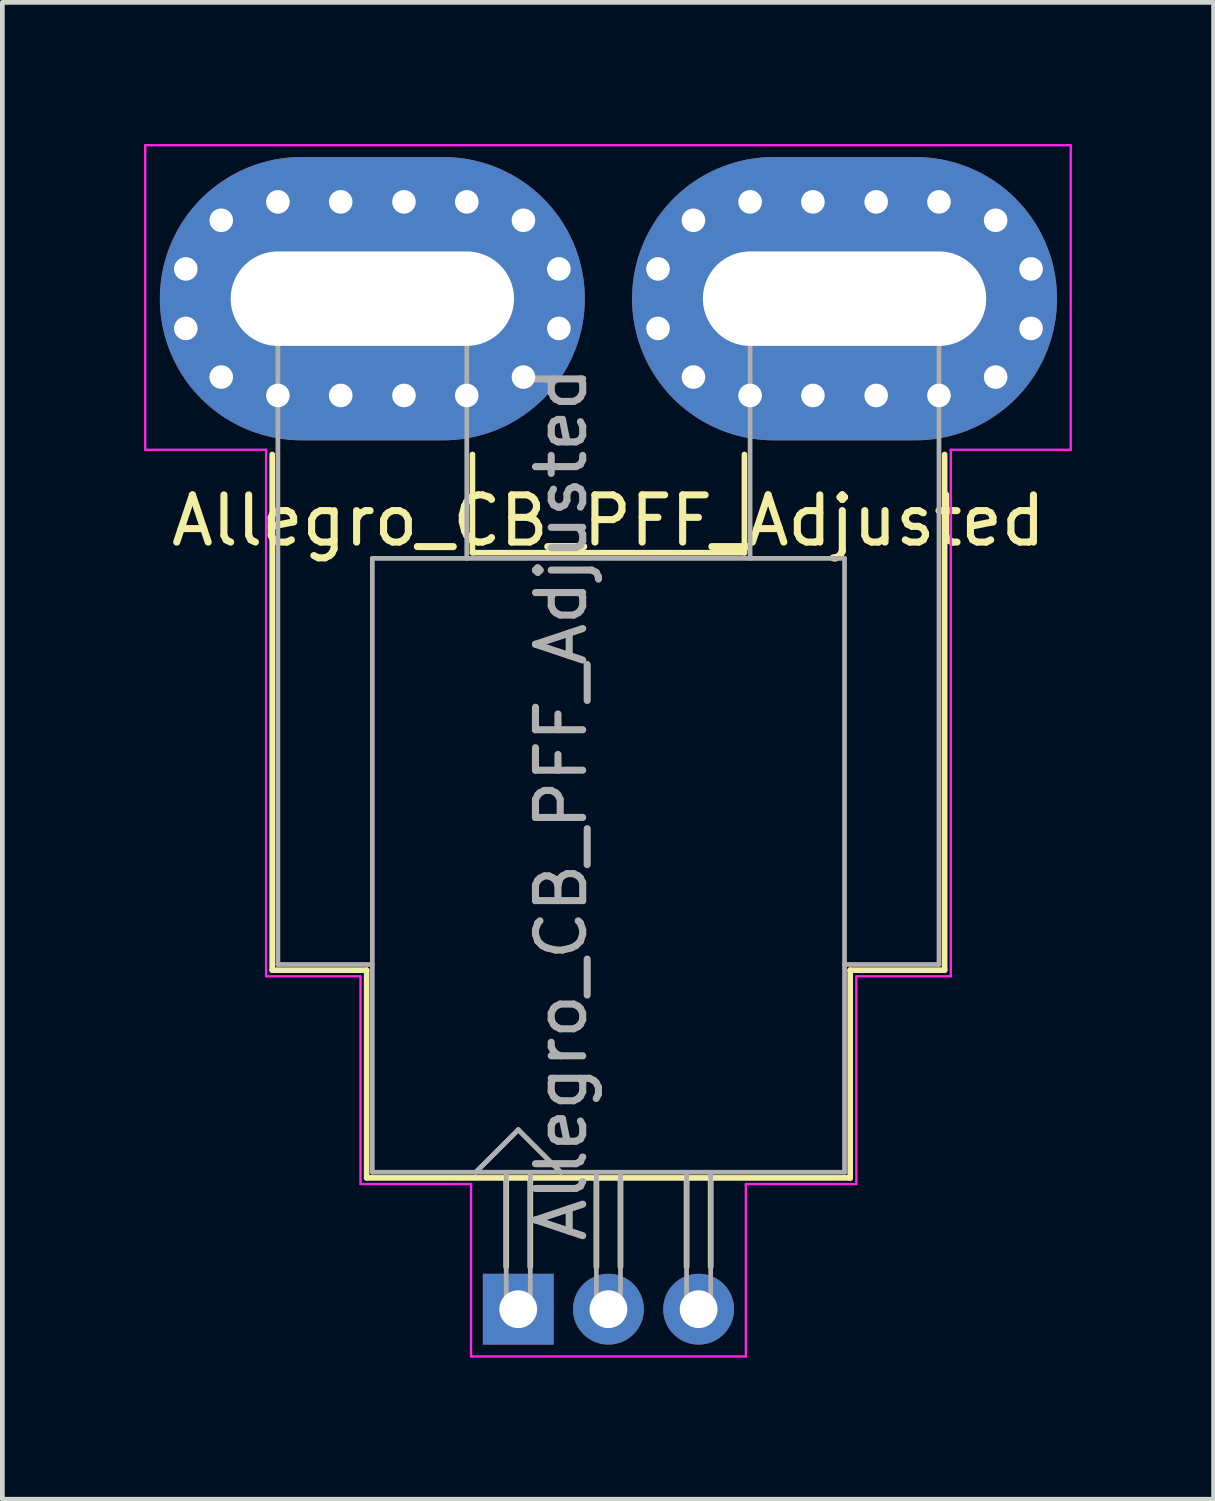
<source format=kicad_pcb>
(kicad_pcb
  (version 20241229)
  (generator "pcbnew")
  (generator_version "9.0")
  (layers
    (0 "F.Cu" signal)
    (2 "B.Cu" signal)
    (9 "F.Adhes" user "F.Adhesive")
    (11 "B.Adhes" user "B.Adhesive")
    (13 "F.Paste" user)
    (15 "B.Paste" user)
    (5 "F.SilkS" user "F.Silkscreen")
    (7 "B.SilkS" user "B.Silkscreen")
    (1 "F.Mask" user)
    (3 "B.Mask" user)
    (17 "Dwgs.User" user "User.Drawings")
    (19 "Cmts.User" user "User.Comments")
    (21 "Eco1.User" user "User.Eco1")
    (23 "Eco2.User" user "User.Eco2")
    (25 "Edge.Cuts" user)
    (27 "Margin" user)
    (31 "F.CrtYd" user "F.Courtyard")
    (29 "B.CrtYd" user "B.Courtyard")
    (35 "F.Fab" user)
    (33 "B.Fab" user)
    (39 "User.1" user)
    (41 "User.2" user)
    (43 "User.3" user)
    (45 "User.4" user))
  (footprint "Allegro_CB_PFF_Adjusted"
    (layer "F.Cu")
    (at 7.925 24.675)
    (property "Reference" "Allegro_CB_PFF_Adjusted" (at 1.91 -16.7 0) (layer "F.SilkS") (effects (font (size 1 1) (thickness 0.15))))
    (attr through_hole)
    (fp_line (start -5.21 -7.18) (end -5.21 -18.1) (stroke (width 0.12) (type solid)) (layer "F.SilkS"))
    (fp_line (start -3.21 -7.18) (end -5.21 -7.18) (stroke (width 0.12) (type solid)) (layer "F.SilkS"))
    (fp_line (start -3.21 -2.78) (end -3.21 -7.18) (stroke (width 0.12) (type solid)) (layer "F.SilkS"))
    (fp_line (start -0.97 -16.02) (end -0.97 -18.1) (stroke (width 0.12) (type solid)) (layer "F.SilkS"))
    (fp_line (start -0.97 -16.02) (end 4.79 -16.02) (stroke (width 0.12) (type solid)) (layer "F.SilkS"))
    (fp_line (start -0.255 -2.78) (end -0.255 -0.9) (stroke (width 0.12) (type solid)) (layer "F.SilkS"))
    (fp_line (start 0.255 -2.78) (end 0.255 -0.9) (stroke (width 0.12) (type solid)) (layer "F.SilkS"))
    (fp_line (start 1.655 -2.78) (end 1.655 -0.9) (stroke (width 0.12) (type solid)) (layer "F.SilkS"))
    (fp_line (start 2.165 -2.78) (end 2.165 -0.9) (stroke (width 0.12) (type solid)) (layer "F.SilkS"))
    (fp_line (start 3.565 -2.78) (end 3.565 -0.9) (stroke (width 0.12) (type solid)) (layer "F.SilkS"))
    (fp_line (start 4.075 -2.78) (end 4.075 -0.9) (stroke (width 0.12) (type solid)) (layer "F.SilkS"))
    (fp_line (start 4.79 -16.02) (end 4.79 -18.1) (stroke (width 0.12) (type solid)) (layer "F.SilkS"))
    (fp_line (start 7.03 -7.18) (end 9.03 -7.18) (stroke (width 0.12) (type solid)) (layer "F.SilkS"))
    (fp_line (start 7.03 -2.78) (end -3.21 -2.78) (stroke (width 0.12) (type solid)) (layer "F.SilkS"))
    (fp_line (start 7.03 -2.78) (end 7.03 -7.18) (stroke (width 0.12) (type solid)) (layer "F.SilkS"))
    (fp_line (start 9.03 -7.18) (end 9.03 -18.1) (stroke (width 0.12) (type solid)) (layer "F.SilkS"))
    (fp_line (start -7.9 -24.65) (end 11.7 -24.65) (stroke (width 0.05) (type solid)) (layer "F.CrtYd"))
    (fp_line (start -7.9 -18.2) (end -7.9 -24.65) (stroke (width 0.05) (type solid)) (layer "F.CrtYd"))
    (fp_line (start -7.9 -18.2) (end -5.34 -18.2) (stroke (width 0.05) (type solid)) (layer "F.CrtYd"))
    (fp_line (start -5.34 -7.05) (end -5.34 -18.2) (stroke (width 0.05) (type solid)) (layer "F.CrtYd"))
    (fp_line (start -3.34 -7.05) (end -5.34 -7.05) (stroke (width 0.05) (type solid)) (layer "F.CrtYd"))
    (fp_line (start -3.34 -7.05) (end -3.34 -2.65) (stroke (width 0.05) (type solid)) (layer "F.CrtYd"))
    (fp_line (start -1 -2.65) (end -3.34 -2.65) (stroke (width 0.05) (type solid)) (layer "F.CrtYd"))
    (fp_line (start -1 -2.65) (end -1 1) (stroke (width 0.05) (type solid)) (layer "F.CrtYd"))
    (fp_line (start 4.82 -2.65) (end 4.82 1) (stroke (width 0.05) (type solid)) (layer "F.CrtYd"))
    (fp_line (start 4.82 -2.65) (end 7.16 -2.65) (stroke (width 0.05) (type solid)) (layer "F.CrtYd"))
    (fp_line (start 4.82 1) (end -1 1) (stroke (width 0.05) (type solid)) (layer "F.CrtYd"))
    (fp_line (start 7.16 -7.05) (end 7.16 -2.65) (stroke (width 0.05) (type solid)) (layer "F.CrtYd"))
    (fp_line (start 7.16 -7.05) (end 9.16 -7.05) (stroke (width 0.05) (type solid)) (layer "F.CrtYd"))
    (fp_line (start 9.16 -18.2) (end 11.7 -18.2) (stroke (width 0.05) (type solid)) (layer "F.CrtYd"))
    (fp_line (start 9.16 -7.05) (end 9.16 -18.2) (stroke (width 0.05) (type solid)) (layer "F.CrtYd"))
    (fp_line (start 11.7 -24.65) (end 11.7 -18.2) (stroke (width 0.05) (type solid)) (layer "F.CrtYd"))
    (fp_line (start -5.09 -21.9) (end -1.09 -21.9) (stroke (width 0.1) (type solid)) (layer "F.Fab"))
    (fp_line (start -5.09 -7.3) (end -5.09 -21.9) (stroke (width 0.1) (type solid)) (layer "F.Fab"))
    (fp_line (start -5.09 -7.3) (end -3.09 -7.3) (stroke (width 0.1) (type solid)) (layer "F.Fab"))
    (fp_line (start -3.09 -15.9) (end -3.09 -2.9) (stroke (width 0.1) (type solid)) (layer "F.Fab"))
    (fp_line (start -3.09 -15.9) (end 6.91 -15.9) (stroke (width 0.1) (type solid)) (layer "F.Fab"))
    (fp_line (start -1.09 -15.9) (end -1.09 -21.9) (stroke (width 0.1) (type solid)) (layer "F.Fab"))
    (fp_line (start -0.9 -2.9) (end 0 -3.8) (stroke (width 0.1) (type solid)) (layer "F.Fab"))
    (fp_line (start -0.9 -2.9) (end 0 -3.8) (stroke (width 0.1) (type solid)) (layer "F.Fab"))
    (fp_line (start -0.255 -2.9) (end -0.255 0.19) (stroke (width 0.1) (type solid)) (layer "F.Fab"))
    (fp_line (start 0 -3.8) (end 0.9 -2.9) (stroke (width 0.1) (type solid)) (layer "F.Fab"))
    (fp_line (start 0 -3.8) (end 0.9 -2.9) (stroke (width 0.1) (type solid)) (layer "F.Fab"))
    (fp_line (start 0.255 -2.9) (end 0.255 0.19) (stroke (width 0.1) (type solid)) (layer "F.Fab"))
    (fp_line (start 1.655 -2.9) (end 1.655 0.19) (stroke (width 0.1) (type solid)) (layer "F.Fab"))
    (fp_line (start 2.165 -2.9) (end 2.165 0.19) (stroke (width 0.1) (type solid)) (layer "F.Fab"))
    (fp_line (start 3.565 -2.9) (end 3.565 0.19) (stroke (width 0.1) (type solid)) (layer "F.Fab"))
    (fp_line (start 4.075 -2.9) (end 4.075 0.19) (stroke (width 0.1) (type solid)) (layer "F.Fab"))
    (fp_line (start 4.91 -15.9) (end 4.91 -21.9) (stroke (width 0.1) (type solid)) (layer "F.Fab"))
    (fp_line (start 6.91 -15.9) (end 6.91 -2.9) (stroke (width 0.1) (type solid)) (layer "F.Fab"))
    (fp_line (start 6.91 -7.3) (end 8.91 -7.3) (stroke (width 0.1) (type solid)) (layer "F.Fab"))
    (fp_line (start 6.91 -2.9) (end -3.09 -2.9) (stroke (width 0.1) (type solid)) (layer "F.Fab"))
    (fp_line (start 8.91 -21.9) (end 4.91 -21.9) (stroke (width 0.1) (type solid)) (layer "F.Fab"))
    (fp_line (start 8.91 -7.3) (end 8.91 -21.9) (stroke (width 0.1) (type solid)) (layer "F.Fab"))
    (fp_text user "${REFERENCE}" (at 0.91 -10.7 90) (layer "F.Fab") (effects (font (size 1 1) (thickness 0.15))))
    (pad "1" thru_hole rect (at 0 0) (size 1.5 1.5) (drill 0.8) (layers "*.Cu" "*.Mask"))
    (pad "2" thru_hole circle (at 1.91 0) (size 1.5 1.5) (drill 0.8) (layers "*.Cu" "*.Mask"))
    (pad "3" thru_hole circle (at 3.82 0) (size 1.5 1.5) (drill 0.8) (layers "*.Cu" "*.Mask"))
    (pad "4" thru_hole circle (at 2.96 -22.03) (size 0.8 0.8) (drill 0.5) (layers "*.Cu" "*.Mask"))
    (pad "4" thru_hole circle (at 2.96 -20.77) (size 0.8 0.8) (drill 0.5) (layers "*.Cu" "*.Mask"))
    (pad "4" thru_hole circle (at 3.71 -23.06) (size 0.8 0.8) (drill 0.5) (layers "*.Cu" "*.Mask"))
    (pad "4" thru_hole circle (at 3.71 -19.74) (size 0.8 0.8) (drill 0.5) (layers "*.Cu" "*.Mask"))
    (pad "4" thru_hole circle (at 4.91 -23.45) (size 0.8 0.8) (drill 0.5) (layers "*.Cu" "*.Mask"))
    (pad "4" thru_hole circle (at 4.91 -19.35) (size 0.8 0.8) (drill 0.5) (layers "*.Cu" "*.Mask"))
    (pad "4" thru_hole circle (at 6.24 -23.45) (size 0.8 0.8) (drill 0.5) (layers "*.Cu" "*.Mask"))
    (pad "4" thru_hole circle (at 6.24 -19.35) (size 0.8 0.8) (drill 0.5) (layers "*.Cu" "*.Mask"))
    (pad "4" thru_hole oval (at 6.91 -21.4) (size 9 6) (drill oval 6 2) (layers "*.Cu" "*.Mask"))
    (pad "4" thru_hole circle (at 7.58 -23.45) (size 0.8 0.8) (drill 0.5) (layers "*.Cu" "*.Mask"))
    (pad "4" thru_hole circle (at 7.58 -19.35) (size 0.8 0.8) (drill 0.5) (layers "*.Cu" "*.Mask"))
    (pad "4" thru_hole circle (at 8.91 -23.45) (size 0.8 0.8) (drill 0.5) (layers "*.Cu" "*.Mask"))
    (pad "4" thru_hole circle (at 8.91 -19.35) (size 0.8 0.8) (drill 0.5) (layers "*.Cu" "*.Mask"))
    (pad "4" thru_hole circle (at 10.11 -23.06) (size 0.8 0.8) (drill 0.5) (layers "*.Cu" "*.Mask"))
    (pad "4" thru_hole circle (at 10.11 -19.74) (size 0.8 0.8) (drill 0.5) (layers "*.Cu" "*.Mask"))
    (pad "4" thru_hole circle (at 10.86 -22.03) (size 0.8 0.8) (drill 0.5) (layers "*.Cu" "*.Mask"))
    (pad "4" thru_hole circle (at 10.86 -20.77) (size 0.8 0.8) (drill 0.5) (layers "*.Cu" "*.Mask"))
    (pad "5" thru_hole circle (at -7.04 -22.03) (size 0.8 0.8) (drill 0.5) (layers "*.Cu" "*.Mask"))
    (pad "5" thru_hole circle (at -7.04 -20.77) (size 0.8 0.8) (drill 0.5) (layers "*.Cu" "*.Mask"))
    (pad "5" thru_hole circle (at -6.29 -23.06) (size 0.8 0.8) (drill 0.5) (layers "*.Cu" "*.Mask"))
    (pad "5" thru_hole circle (at -6.29 -19.74) (size 0.8 0.8) (drill 0.5) (layers "*.Cu" "*.Mask"))
    (pad "5" thru_hole circle (at -5.09 -23.45) (size 0.8 0.8) (drill 0.5) (layers "*.Cu" "*.Mask"))
    (pad "5" thru_hole circle (at -5.09 -19.35) (size 0.8 0.8) (drill 0.5) (layers "*.Cu" "*.Mask"))
    (pad "5" thru_hole circle (at -3.76 -23.45) (size 0.8 0.8) (drill 0.5) (layers "*.Cu" "*.Mask"))
    (pad "5" thru_hole circle (at -3.76 -19.35) (size 0.8 0.8) (drill 0.5) (layers "*.Cu" "*.Mask"))
    (pad "5" thru_hole oval (at -3.09 -21.4) (size 9 6) (drill oval 6 2) (layers "*.Cu" "*.Mask"))
    (pad "5" thru_hole circle (at -2.42 -23.45) (size 0.8 0.8) (drill 0.5) (layers "*.Cu" "*.Mask"))
    (pad "5" thru_hole circle (at -2.42 -19.35) (size 0.8 0.8) (drill 0.5) (layers "*.Cu" "*.Mask"))
    (pad "5" thru_hole circle (at -1.09 -23.45) (size 0.8 0.8) (drill 0.5) (layers "*.Cu" "*.Mask"))
    (pad "5" thru_hole circle (at -1.09 -19.35) (size 0.8 0.8) (drill 0.5) (layers "*.Cu" "*.Mask"))
    (pad "5" thru_hole circle (at 0.11 -23.06) (size 0.8 0.8) (drill 0.5) (layers "*.Cu" "*.Mask"))
    (pad "5" thru_hole circle (at 0.11 -19.74) (size 0.8 0.8) (drill 0.5) (layers "*.Cu" "*.Mask"))
    (pad "5" thru_hole circle (at 0.86 -22.03) (size 0.8 0.8) (drill 0.5) (layers "*.Cu" "*.Mask"))
    (pad "5" thru_hole circle (at 0.86 -20.77) (size 0.8 0.8) (drill 0.5) (layers "*.Cu" "*.Mask")))
  (gr_rect
    (start -3 -3)
    (end 22.65 28.7)
    (stroke (width 0.1) (type default))
    (fill no)
    (layer "Edge.Cuts")))
</source>
